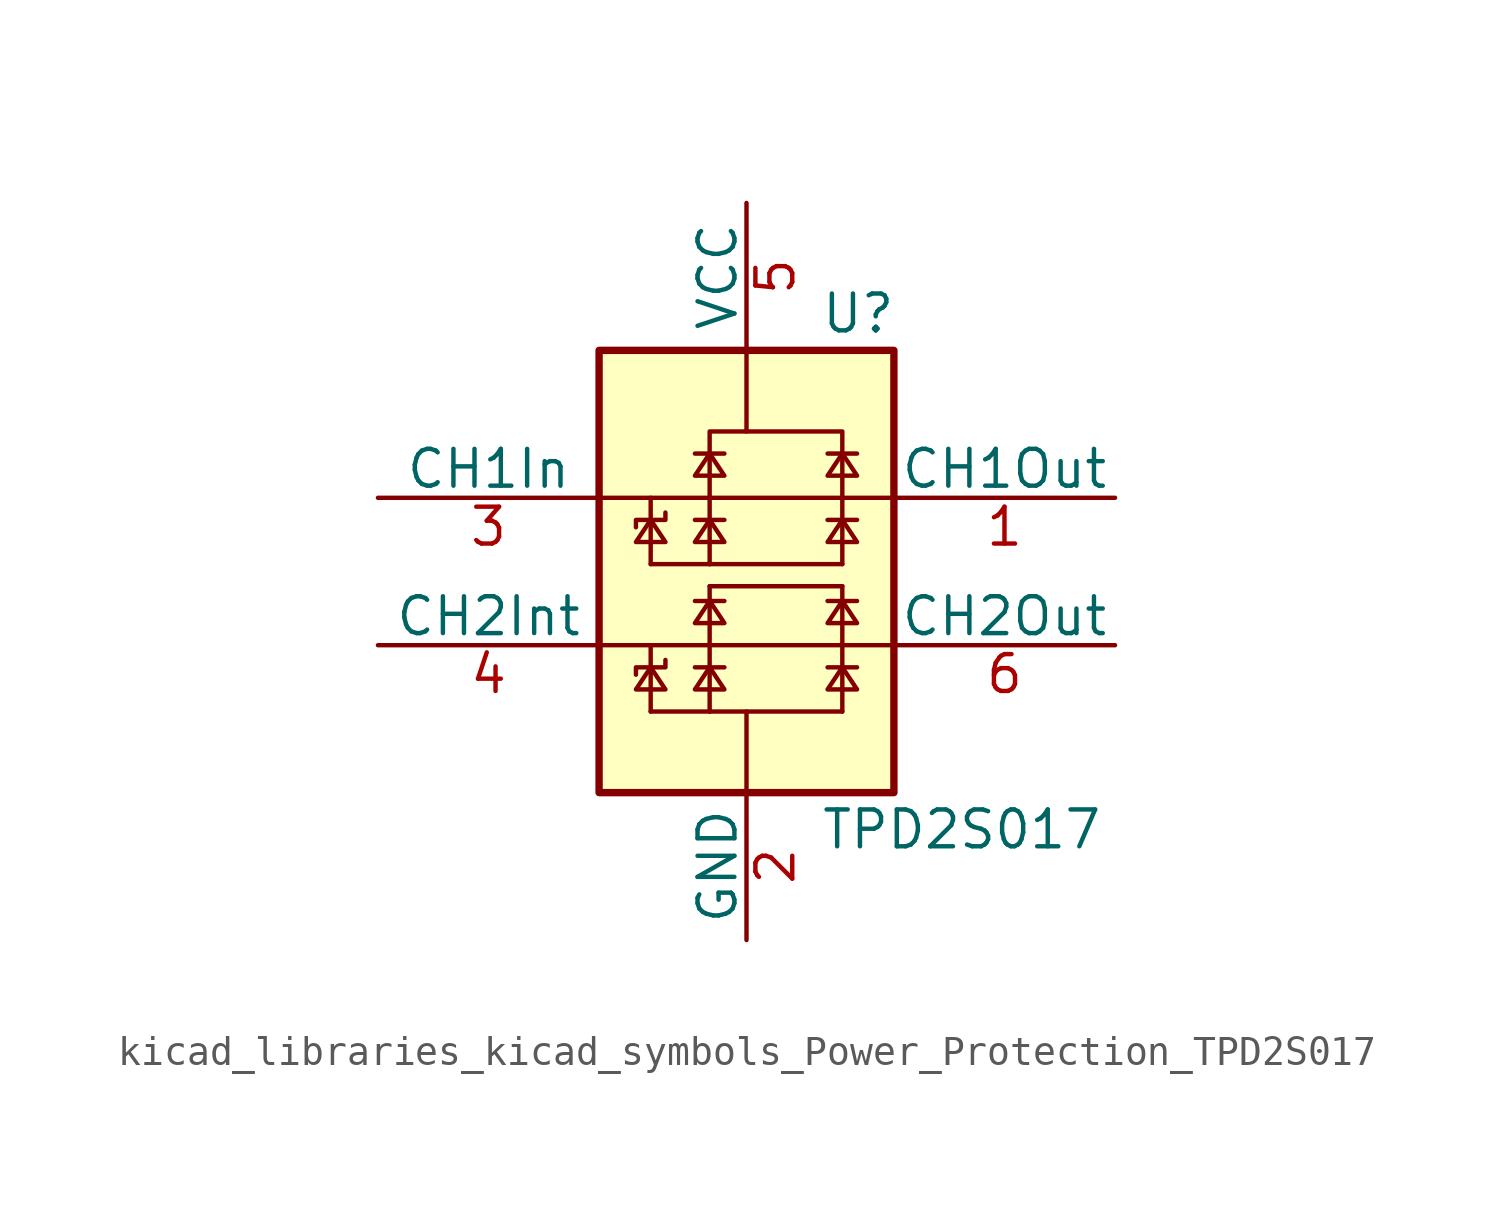
<source format=kicad_sym>
(kicad_symbol_lib
  (version 20220914)
  (generator kicad_symbol_editor)
  (symbol "kicad_libraries_kicad_symbols_Power_Protection_TPD2S017"
    (pin_names
      (offset 0))
    (property "Reference" "U"
      (at 2.54 8.89 0)
      (effects (font (size 1.27 1.27)) (justify left)))
    (property "Value" "TPD2S017"
      (at 2.54 -8.89 0)
      (effects (font (size 1.27 1.27)) (justify left)))
    (symbol "kicad_libraries_kicad_symbols_Power_Protection_TPD2S017_0_1"
      (rectangle (start -5.08 7.62) (end 5.08 -7.62) (stroke (width 0.254) (type default)) (fill (type background)))
      (polyline (pts (xy 0 4.826) (xy 0 7.62)) (stroke (width 0) (type default)) (fill (type none)))
      (polyline (pts (xy -5.08 -2.54) (xy 5.08 -2.54) (xy 5.08 -2.54)) (stroke (width 0) (type default)) (fill (type none)))
      (polyline (pts (xy -5.08 2.54) (xy 5.08 2.54) (xy 5.08 2.54)) (stroke (width 0) (type default)) (fill (type none)))
      (polyline (pts (xy -3.302 -4.826) (xy -1.27 -4.826) (xy -1.27 -4.826)) (stroke (width 0) (type default)) (fill (type none)))
      (polyline (pts (xy -3.302 -3.302) (xy -3.302 -2.54) (xy -3.302 -2.54)) (stroke (width 0) (type default)) (fill (type none)))
      (polyline (pts (xy -3.302 0.254) (xy -3.302 1.778) (xy -3.302 1.016)) (stroke (width 0) (type default)) (fill (type none)))
      (polyline (pts (xy -3.302 0.254) (xy -1.27 0.254) (xy -1.27 0.254)) (stroke (width 0) (type default)) (fill (type none)))
      (polyline (pts (xy -3.302 1.778) (xy -3.302 2.54) (xy -3.302 2.54)) (stroke (width 0) (type default)) (fill (type none)))
      (polyline (pts (xy -1.778 -3.302) (xy -1.27 -3.302) (xy -0.762 -3.302)) (stroke (width 0) (type default)) (fill (type none)))
      (polyline (pts (xy -1.778 -1.016) (xy -1.27 -1.016) (xy -0.762 -1.016)) (stroke (width 0) (type default)) (fill (type none)))
      (polyline (pts (xy -1.778 1.778) (xy -1.27 1.778) (xy -0.762 1.778)) (stroke (width 0) (type default)) (fill (type none)))
      (polyline (pts (xy -1.778 4.064) (xy -1.27 4.064) (xy -0.762 4.064)) (stroke (width 0) (type default)) (fill (type none)))
      (polyline (pts (xy -1.27 -4.826) (xy -1.27 -3.302) (xy -1.27 -4.064)) (stroke (width 0) (type default)) (fill (type none)))
      (polyline (pts (xy -1.27 -4.826) (xy 3.302 -4.826) (xy 3.302 -4.826)) (stroke (width 0) (type default)) (fill (type none)))
      (polyline (pts (xy -1.27 -1.016) (xy -1.27 -0.508) (xy -1.27 -0.508)) (stroke (width 0) (type default)) (fill (type none)))
      (polyline (pts (xy -1.27 -0.508) (xy 3.302 -0.508) (xy 3.302 -0.508)) (stroke (width 0) (type default)) (fill (type none)))
      (polyline (pts (xy -1.27 0.254) (xy -1.27 1.778) (xy -1.27 1.016)) (stroke (width 0) (type default)) (fill (type none)))
      (polyline (pts (xy -1.27 0.254) (xy 3.302 0.254) (xy 3.302 0.254)) (stroke (width 0) (type default)) (fill (type none)))
      (polyline (pts (xy 0 -7.62) (xy 0 -4.826) (xy 0 -4.826)) (stroke (width 0) (type default)) (fill (type none)))
      (polyline (pts (xy 2.794 -3.302) (xy 3.302 -3.302) (xy 3.81 -3.302)) (stroke (width 0) (type default)) (fill (type none)))
      (polyline (pts (xy 2.794 -1.016) (xy 3.302 -1.016) (xy 3.81 -1.016)) (stroke (width 0) (type default)) (fill (type none)))
      (polyline (pts (xy 2.794 1.778) (xy 3.302 1.778) (xy 3.81 1.778)) (stroke (width 0) (type default)) (fill (type none)))
      (polyline (pts (xy 2.794 4.064) (xy 3.302 4.064) (xy 3.81 4.064)) (stroke (width 0) (type default)) (fill (type none)))
      (polyline (pts (xy 3.302 -1.016) (xy 3.302 -0.508) (xy 3.302 -0.508)) (stroke (width 0) (type default)) (fill (type none)))
      (polyline (pts (xy -3.302 -4.826) (xy -3.302 -3.302) (xy -3.302 -4.064) (xy -3.302 -4.064)) (stroke (width 0) (type default)) (fill (type none)))
      (polyline (pts (xy 3.302 -4.826) (xy 3.302 -3.302) (xy 3.302 -4.064) (xy 3.302 -4.064)) (stroke (width 0) (type default)) (fill (type none)))
      (polyline (pts (xy 3.302 0.254) (xy 3.302 1.778) (xy 3.302 1.016) (xy 3.302 1.016)) (stroke (width 0) (type default)) (fill (type none)))
      (polyline (pts (xy -3.302 -3.302) (xy -3.81 -4.064) (xy -2.794 -4.064) (xy -3.302 -3.302) (xy -3.302 -3.302)) (stroke (width 0) (type default)) (fill (type none)))
      (polyline (pts (xy -3.302 1.778) (xy -3.81 1.016) (xy -2.794 1.016) (xy -3.302 1.778) (xy -3.302 1.778)) (stroke (width 0) (type default)) (fill (type none)))
      (polyline (pts (xy -2.794 -3.048) (xy -2.794 -3.302) (xy -3.81 -3.302) (xy -3.81 -3.556) (xy -3.81 -3.556)) (stroke (width 0) (type default)) (fill (type none)))
      (polyline (pts (xy -2.794 2.032) (xy -2.794 1.778) (xy -3.81 1.778) (xy -3.81 1.524) (xy -3.81 1.524)) (stroke (width 0) (type default)) (fill (type none)))
      (polyline (pts (xy -1.27 -3.302) (xy -1.778 -4.064) (xy -0.762 -4.064) (xy -1.27 -3.302) (xy -1.27 -3.302)) (stroke (width 0) (type default)) (fill (type none)))
      (polyline (pts (xy -1.27 -3.302) (xy -1.27 -1.016) (xy -1.27 -1.778) (xy -1.27 -1.778) (xy -1.27 -1.778)) (stroke (width 0) (type default)) (fill (type none)))
      (polyline (pts (xy -1.27 -1.016) (xy -1.778 -1.778) (xy -0.762 -1.778) (xy -1.27 -1.016) (xy -1.27 -1.016)) (stroke (width 0) (type default)) (fill (type none)))
      (polyline (pts (xy -1.27 1.778) (xy -1.778 1.016) (xy -0.762 1.016) (xy -1.27 1.778) (xy -1.27 1.778)) (stroke (width 0) (type default)) (fill (type none)))
      (polyline (pts (xy -1.27 1.778) (xy -1.27 4.064) (xy -1.27 3.302) (xy -1.27 3.302) (xy -1.27 3.302)) (stroke (width 0) (type default)) (fill (type none)))
      (polyline (pts (xy -1.27 4.064) (xy -1.778 3.302) (xy -0.762 3.302) (xy -1.27 4.064) (xy -1.27 4.064)) (stroke (width 0) (type default)) (fill (type none)))
      (polyline (pts (xy -1.27 4.064) (xy -1.27 4.826) (xy 3.302 4.826) (xy 3.302 4.064) (xy 3.302 4.064)) (stroke (width 0) (type default)) (fill (type none)))
      (polyline (pts (xy 3.302 -3.302) (xy 2.794 -4.064) (xy 3.81 -4.064) (xy 3.302 -3.302) (xy 3.302 -3.302)) (stroke (width 0) (type default)) (fill (type none)))
      (polyline (pts (xy 3.302 -3.302) (xy 3.302 -1.016) (xy 3.302 -1.778) (xy 3.302 -1.778) (xy 3.302 -1.778)) (stroke (width 0) (type default)) (fill (type none)))
      (polyline (pts (xy 3.302 -1.016) (xy 2.794 -1.778) (xy 3.81 -1.778) (xy 3.302 -1.016) (xy 3.302 -1.016)) (stroke (width 0) (type default)) (fill (type none)))
      (polyline (pts (xy 3.302 1.778) (xy 2.794 1.016) (xy 3.81 1.016) (xy 3.302 1.778) (xy 3.302 1.778)) (stroke (width 0) (type default)) (fill (type none)))
      (polyline (pts (xy 3.302 1.778) (xy 3.302 4.064) (xy 3.302 3.302) (xy 3.302 3.302) (xy 3.302 3.302)) (stroke (width 0) (type default)) (fill (type none)))
      (polyline (pts (xy 3.302 4.064) (xy 2.794 3.302) (xy 3.81 3.302) (xy 3.302 4.064) (xy 3.302 4.064)) (stroke (width 0) (type default)) (fill (type none))))
    (symbol "kicad_libraries_kicad_symbols_Power_Protection_TPD2S017_1_1"
      (pin passive line (at 12.7 2.54 180) (length 7.62) (name "CH1Out" (effects (font (size 1.27 1.27)))) (number "1" (effects (font (size 1.27 1.27)))))
      (pin power_in line (at 0 -12.7 90) (length 5.08) (name "GND" (effects (font (size 1.27 1.27)))) (number "2" (effects (font (size 1.27 1.27)))))
      (pin passive line (at -12.7 2.54 0) (length 7.62) (name "CH1In" (effects (font (size 1.27 1.27)))) (number "3" (effects (font (size 1.27 1.27)))))
      (pin passive line (at -12.7 -2.54 0) (length 7.62) (name "CH2Int" (effects (font (size 1.27 1.27)))) (number "4" (effects (font (size 1.27 1.27)))))
      (pin power_in line (at 0 12.7 270) (length 5.08) (name "VCC" (effects (font (size 1.27 1.27)))) (number "5" (effects (font (size 1.27 1.27)))))
      (pin passive line (at 12.7 -2.54 180) (length 7.62) (name "CH2Out" (effects (font (size 1.27 1.27)))) (number "6" (effects (font (size 1.27 1.27))))))))
</source>
